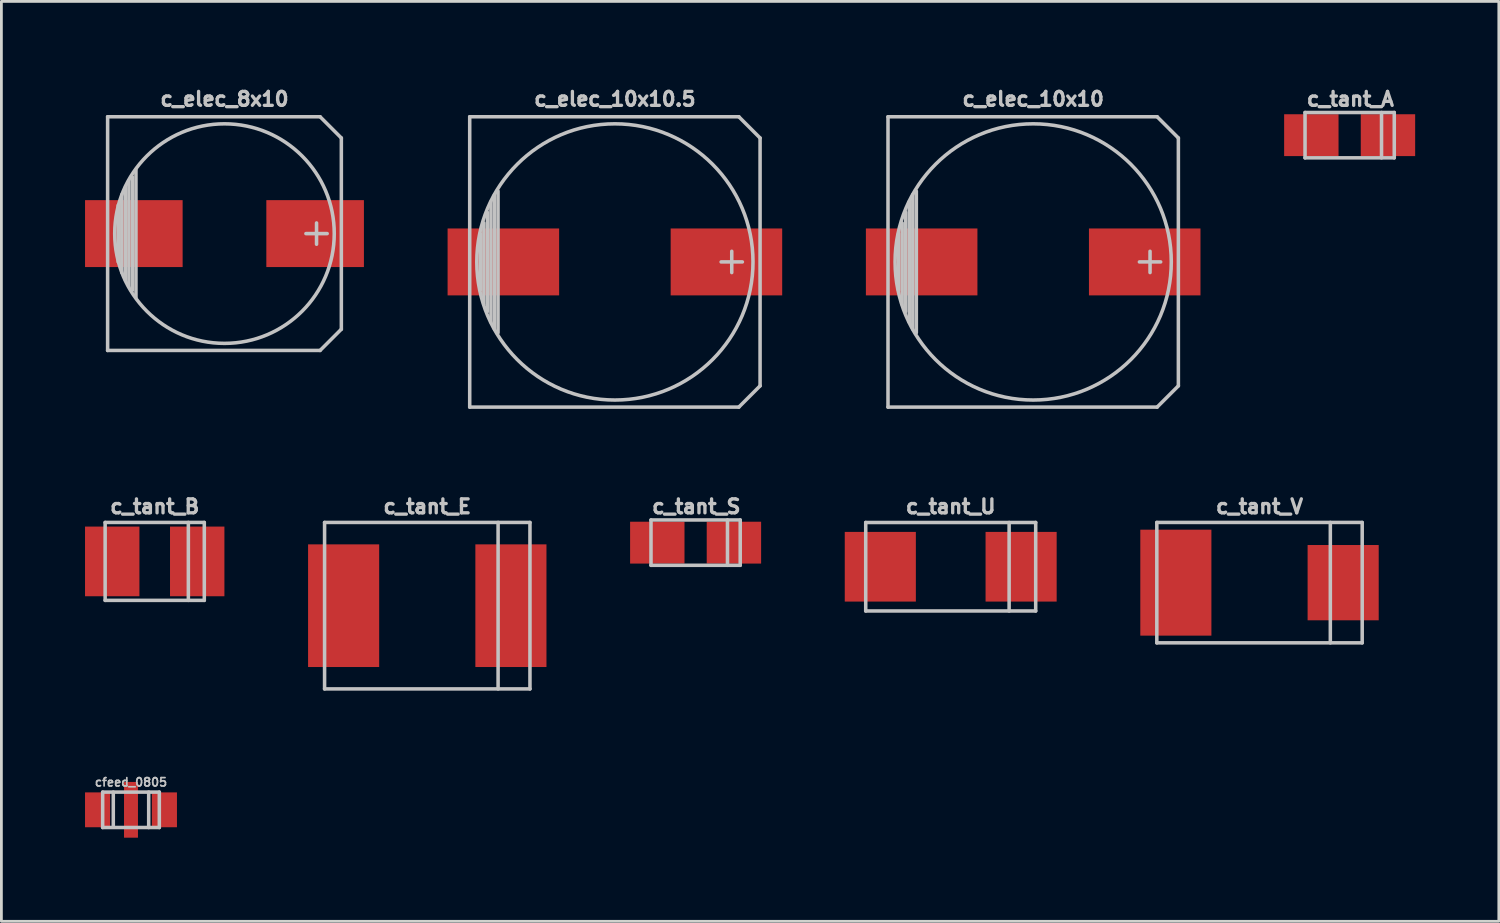
<source format=kicad_pcb>
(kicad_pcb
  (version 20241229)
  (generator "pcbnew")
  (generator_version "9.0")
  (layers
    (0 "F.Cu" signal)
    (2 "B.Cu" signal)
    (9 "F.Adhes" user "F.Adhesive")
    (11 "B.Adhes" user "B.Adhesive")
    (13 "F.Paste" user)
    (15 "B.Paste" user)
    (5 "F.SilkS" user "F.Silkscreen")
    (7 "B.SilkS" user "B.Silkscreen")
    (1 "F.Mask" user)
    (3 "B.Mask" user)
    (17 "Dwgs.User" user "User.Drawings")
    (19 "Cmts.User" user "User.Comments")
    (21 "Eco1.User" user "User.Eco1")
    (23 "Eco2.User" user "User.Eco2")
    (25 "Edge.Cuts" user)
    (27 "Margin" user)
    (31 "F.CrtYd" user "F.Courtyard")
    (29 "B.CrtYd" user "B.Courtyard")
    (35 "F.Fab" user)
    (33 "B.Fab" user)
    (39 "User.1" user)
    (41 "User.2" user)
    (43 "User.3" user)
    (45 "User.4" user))
  (footprint "cfeed_0805"
    (layer "F.Cu")
    (at 1.648 25.994)
    (property "Reference" "cfeed_0805" (at 0 -0.991 0) (layer "Dwgs.User") (effects (font (size 0.3 0.3) (thickness 0.061))))
    (attr through_hole)
    (fp_line (start -1.016 -0.635) (end 1.016 -0.635) (stroke (width 0.127) (type solid)) (layer "Dwgs.User"))
    (fp_line (start -1.016 0.635) (end -1.016 -0.635) (stroke (width 0.127) (type solid)) (layer "Dwgs.User"))
    (fp_line (start -0.635 -0.635) (end -0.635 0.61) (stroke (width 0.127) (type solid)) (layer "Dwgs.User"))
    (fp_line (start 0.635 -0.635) (end 0.635 0.635) (stroke (width 0.127) (type solid)) (layer "Dwgs.User"))
    (fp_line (start 1.016 -0.635) (end 1.016 0.635) (stroke (width 0.127) (type solid)) (layer "Dwgs.User"))
    (fp_line (start 1.016 0.635) (end -1.016 0.635) (stroke (width 0.127) (type solid)) (layer "Dwgs.User"))
    (pad "1" smd rect (at 1.199 0) (size 0.899 1.25) (layers "F.Cu" "F.Mask" "F.Paste"))
    (pad "2" smd rect (at -1.199 0) (size 0.899 1.25) (layers "F.Cu" "F.Mask" "F.Paste"))
    (pad "3" smd rect (at 0 0) (size 0.5 1.999) (layers "F.Cu" "F.Mask" "F.Paste")))
  (footprint "c_tant_U"
    (layer "F.Cu")
    (at 31.047 17.276)
    (property "Reference" "c_tant_U" (at 0 -2.159 0) (layer "Dwgs.User") (effects (font (size 0.5 0.5) (thickness 0.119))))
    (attr through_hole)
    (fp_line (start -3.048 -1.587) (end -3.048 1.587) (stroke (width 0.127) (type solid)) (layer "Dwgs.User"))
    (fp_line (start -3.048 1.587) (end 3.048 1.587) (stroke (width 0.127) (type solid)) (layer "Dwgs.User"))
    (fp_line (start 2.095 -1.587) (end 2.095 1.587) (stroke (width 0.127) (type solid)) (layer "Dwgs.User"))
    (fp_line (start 3.048 -1.587) (end -3.048 -1.587) (stroke (width 0.127) (type solid)) (layer "Dwgs.User"))
    (fp_line (start 3.048 1.587) (end 3.048 -1.587) (stroke (width 0.127) (type solid)) (layer "Dwgs.User"))
    (pad "1" smd rect (at -2.525 0) (size 2.55 2.499) (layers "F.Cu" "F.Mask" "F.Paste"))
    (pad "2" smd rect (at 2.525 0) (size 2.55 2.499) (layers "F.Cu" "F.Mask" "F.Paste")))
  (footprint "c_elec_8x10"
    (layer "F.Cu")
    (at 5.001 5.328)
    (property "Reference" "c_elec_8x10" (at 0 -4.826 0) (layer "Dwgs.User") (effects (font (size 0.5 0.5) (thickness 0.119))))
    (attr through_hole)
    (fp_line (start -4.191 -4.191) (end -4.191 4.191) (stroke (width 0.127) (type solid)) (layer "Dwgs.User"))
    (fp_line (start -4.191 4.191) (end 3.429 4.191) (stroke (width 0.127) (type solid)) (layer "Dwgs.User"))
    (fp_line (start -3.81 -1.016) (end -3.81 1.016) (stroke (width 0.127) (type solid)) (layer "Dwgs.User"))
    (fp_line (start -3.683 1.397) (end -3.683 -1.397) (stroke (width 0.127) (type solid)) (layer "Dwgs.User"))
    (fp_line (start -3.556 -1.651) (end -3.556 1.651) (stroke (width 0.127) (type solid)) (layer "Dwgs.User"))
    (fp_line (start -3.429 1.905) (end -3.429 -1.905) (stroke (width 0.127) (type solid)) (layer "Dwgs.User"))
    (fp_line (start -3.302 2.032) (end -3.302 -2.032) (stroke (width 0.127) (type solid)) (layer "Dwgs.User"))
    (fp_line (start -3.175 -2.286) (end -3.175 2.286) (stroke (width 0.127) (type solid)) (layer "Dwgs.User"))
    (fp_line (start 3.302 -0.381) (end 3.302 0.381) (stroke (width 0.127) (type solid)) (layer "Dwgs.User"))
    (fp_line (start 3.429 -4.191) (end -4.191 -4.191) (stroke (width 0.127) (type solid)) (layer "Dwgs.User"))
    (fp_line (start 3.429 4.191) (end 4.191 3.429) (stroke (width 0.127) (type solid)) (layer "Dwgs.User"))
    (fp_line (start 3.683 0) (end 2.921 0) (stroke (width 0.127) (type solid)) (layer "Dwgs.User"))
    (fp_line (start 4.191 -3.429) (end 3.429 -4.191) (stroke (width 0.127) (type solid)) (layer "Dwgs.User"))
    (fp_line (start 4.191 3.429) (end 4.191 -3.429) (stroke (width 0.127) (type solid)) (layer "Dwgs.User"))
    (fp_circle (center 0 0) (end 3.937 0) (stroke (width 0.127) (type solid)) (fill no) (layer "Dwgs.User"))
    (pad "1" smd rect (at 3.251 0) (size 3.5 2.4) (layers "F.Cu" "F.Mask" "F.Paste"))
    (pad "2" smd rect (at -3.251 0) (size 3.5 2.4) (layers "F.Cu" "F.Mask" "F.Paste")))
  (footprint "c_tant_V"
    (layer "F.Cu")
    (at 42.122 17.847)
    (property "Reference" "c_tant_V" (at 0 -2.731 0) (layer "Dwgs.User") (effects (font (size 0.5 0.5) (thickness 0.119))))
    (attr through_hole)
    (fp_line (start -3.683 -2.159) (end -3.683 2.159) (stroke (width 0.127) (type solid)) (layer "Dwgs.User"))
    (fp_line (start -3.683 2.159) (end 3.683 2.159) (stroke (width 0.127) (type solid)) (layer "Dwgs.User"))
    (fp_line (start 2.54 -2.159) (end 2.54 2.159) (stroke (width 0.127) (type solid)) (layer "Dwgs.User"))
    (fp_line (start 3.683 -2.159) (end -3.683 -2.159) (stroke (width 0.127) (type solid)) (layer "Dwgs.User"))
    (fp_line (start 3.683 2.159) (end 3.683 -2.159) (stroke (width 0.127) (type solid)) (layer "Dwgs.User"))
    (pad "1" smd rect (at -3 0) (size 2.55 3.8) (layers "F.Cu" "F.Mask" "F.Paste"))
    (pad "2" smd rect (at 3 0) (size 2.55 2.7) (layers "F.Cu" "F.Mask" "F.Paste")))
  (footprint "c_tant_B"
    (layer "F.Cu")
    (at 2.499 17.085)
    (property "Reference" "c_tant_B" (at 0 -1.968 0) (layer "Dwgs.User") (effects (font (size 0.5 0.5) (thickness 0.119))))
    (attr through_hole)
    (fp_line (start -1.778 -1.397) (end -1.778 1.397) (stroke (width 0.127) (type solid)) (layer "Dwgs.User"))
    (fp_line (start -1.778 1.397) (end 1.778 1.397) (stroke (width 0.127) (type solid)) (layer "Dwgs.User"))
    (fp_line (start 1.206 -1.397) (end 1.206 1.397) (stroke (width 0.127) (type solid)) (layer "Dwgs.User"))
    (fp_line (start 1.778 -1.397) (end -1.778 -1.397) (stroke (width 0.127) (type solid)) (layer "Dwgs.User"))
    (fp_line (start 1.778 1.397) (end 1.778 -1.397) (stroke (width 0.127) (type solid)) (layer "Dwgs.User"))
    (pad "1" smd rect (at -1.524 0) (size 1.951 2.499) (layers "F.Cu" "F.Mask" "F.Paste"))
    (pad "2" smd rect (at 1.524 0) (size 1.951 2.499) (layers "F.Cu" "F.Mask" "F.Paste")))
  (footprint "c_tant_A"
    (layer "F.Cu")
    (at 45.355 1.798)
    (property "Reference" "c_tant_A" (at 0.025 -1.295 0) (layer "Dwgs.User") (effects (font (size 0.5 0.5) (thickness 0.119))))
    (attr through_hole)
    (fp_line (start -1.6 -0.813) (end -1.6 0.813) (stroke (width 0.127) (type solid)) (layer "Dwgs.User"))
    (fp_line (start -1.6 0.813) (end 1.6 0.813) (stroke (width 0.127) (type solid)) (layer "Dwgs.User"))
    (fp_line (start 1.143 0.813) (end 1.143 -0.813) (stroke (width 0.127) (type solid)) (layer "Dwgs.User"))
    (fp_line (start 1.6 -0.813) (end -1.6 -0.813) (stroke (width 0.127) (type solid)) (layer "Dwgs.User"))
    (fp_line (start 1.6 0.813) (end 1.6 -0.813) (stroke (width 0.127) (type solid)) (layer "Dwgs.User"))
    (pad "1" smd rect (at -1.374 0) (size 1.951 1.501) (layers "F.Cu" "F.Mask" "F.Paste"))
    (pad "2" smd rect (at 1.374 0) (size 1.951 1.501) (layers "F.Cu" "F.Mask" "F.Paste")))
  (footprint "c_elec_10x10.5"
    (layer "F.Cu")
    (at 19.003 6.344)
    (property "Reference" "c_elec_10x10.5" (at 0 -5.842 0) (layer "Dwgs.User") (effects (font (size 0.5 0.5) (thickness 0.119))))
    (attr through_hole)
    (fp_line (start -5.207 -5.207) (end -5.207 5.207) (stroke (width 0.127) (type solid)) (layer "Dwgs.User"))
    (fp_line (start -5.207 5.207) (end 4.445 5.207) (stroke (width 0.127) (type solid)) (layer "Dwgs.User"))
    (fp_line (start -4.826 1.016) (end -4.826 -1.016) (stroke (width 0.127) (type solid)) (layer "Dwgs.User"))
    (fp_line (start -4.699 -1.397) (end -4.699 1.524) (stroke (width 0.127) (type solid)) (layer "Dwgs.User"))
    (fp_line (start -4.572 1.778) (end -4.572 -1.778) (stroke (width 0.127) (type solid)) (layer "Dwgs.User"))
    (fp_line (start -4.445 -2.159) (end -4.445 2.159) (stroke (width 0.127) (type solid)) (layer "Dwgs.User"))
    (fp_line (start -4.318 2.413) (end -4.318 -2.413) (stroke (width 0.127) (type solid)) (layer "Dwgs.User"))
    (fp_line (start -4.191 -2.54) (end -4.191 2.54) (stroke (width 0.127) (type solid)) (layer "Dwgs.User"))
    (fp_line (start 4.191 -0.381) (end 4.191 0.381) (stroke (width 0.127) (type solid)) (layer "Dwgs.User"))
    (fp_line (start 4.445 -5.207) (end -5.207 -5.207) (stroke (width 0.127) (type solid)) (layer "Dwgs.User"))
    (fp_line (start 4.445 5.207) (end 5.207 4.445) (stroke (width 0.127) (type solid)) (layer "Dwgs.User"))
    (fp_line (start 4.572 0) (end 3.81 0) (stroke (width 0.127) (type solid)) (layer "Dwgs.User"))
    (fp_line (start 5.207 -4.445) (end 4.445 -5.207) (stroke (width 0.127) (type solid)) (layer "Dwgs.User"))
    (fp_line (start 5.207 4.445) (end 5.207 -4.445) (stroke (width 0.127) (type solid)) (layer "Dwgs.User"))
    (fp_circle (center 0 0) (end 4.953 0) (stroke (width 0.127) (type solid)) (fill no) (layer "Dwgs.User"))
    (pad "1" smd rect (at 4 0) (size 4 2.4) (layers "F.Cu" "F.Mask" "F.Paste"))
    (pad "2" smd rect (at -4 0) (size 4 2.4) (layers "F.Cu" "F.Mask" "F.Paste")))
  (footprint "c_tant_E"
    (layer "F.Cu")
    (at 12.274 18.673)
    (property "Reference" "c_tant_E" (at 0 -3.556 0) (layer "Dwgs.User") (effects (font (size 0.5 0.5) (thickness 0.119))))
    (attr through_hole)
    (fp_line (start -3.683 -2.985) (end -3.683 2.985) (stroke (width 0.127) (type solid)) (layer "Dwgs.User"))
    (fp_line (start -3.683 2.985) (end 3.683 2.985) (stroke (width 0.127) (type solid)) (layer "Dwgs.User"))
    (fp_line (start 2.54 2.985) (end 2.54 -2.985) (stroke (width 0.127) (type solid)) (layer "Dwgs.User"))
    (fp_line (start 3.683 -2.985) (end -3.683 -2.985) (stroke (width 0.127) (type solid)) (layer "Dwgs.User"))
    (fp_line (start 3.683 -2.985) (end 3.683 2.985) (stroke (width 0.127) (type solid)) (layer "Dwgs.User"))
    (pad "1" smd rect (at -3 0) (size 2.55 4.399) (layers "F.Cu" "F.Mask" "F.Paste"))
    (pad "2" smd rect (at 3 0) (size 2.55 4.399) (layers "F.Cu" "F.Mask" "F.Paste")))
  (footprint "c_elec_10x10"
    (layer "F.Cu")
    (at 34.005 6.344)
    (property "Reference" "c_elec_10x10" (at 0 -5.842 0) (layer "Dwgs.User") (effects (font (size 0.5 0.5) (thickness 0.119))))
    (attr through_hole)
    (fp_line (start -5.207 -5.207) (end -5.207 5.207) (stroke (width 0.127) (type solid)) (layer "Dwgs.User"))
    (fp_line (start -5.207 5.207) (end 4.445 5.207) (stroke (width 0.127) (type solid)) (layer "Dwgs.User"))
    (fp_line (start -4.826 1.016) (end -4.826 -1.016) (stroke (width 0.127) (type solid)) (layer "Dwgs.User"))
    (fp_line (start -4.699 -1.397) (end -4.699 1.524) (stroke (width 0.127) (type solid)) (layer "Dwgs.User"))
    (fp_line (start -4.572 1.778) (end -4.572 -1.778) (stroke (width 0.127) (type solid)) (layer "Dwgs.User"))
    (fp_line (start -4.445 -2.159) (end -4.445 2.159) (stroke (width 0.127) (type solid)) (layer "Dwgs.User"))
    (fp_line (start -4.318 2.413) (end -4.318 -2.413) (stroke (width 0.127) (type solid)) (layer "Dwgs.User"))
    (fp_line (start -4.191 -2.54) (end -4.191 2.54) (stroke (width 0.127) (type solid)) (layer "Dwgs.User"))
    (fp_line (start 4.191 -0.381) (end 4.191 0.381) (stroke (width 0.127) (type solid)) (layer "Dwgs.User"))
    (fp_line (start 4.445 -5.207) (end -5.207 -5.207) (stroke (width 0.127) (type solid)) (layer "Dwgs.User"))
    (fp_line (start 4.445 5.207) (end 5.207 4.445) (stroke (width 0.127) (type solid)) (layer "Dwgs.User"))
    (fp_line (start 4.572 0) (end 3.81 0) (stroke (width 0.127) (type solid)) (layer "Dwgs.User"))
    (fp_line (start 5.207 -4.445) (end 4.445 -5.207) (stroke (width 0.127) (type solid)) (layer "Dwgs.User"))
    (fp_line (start 5.207 4.445) (end 5.207 -4.445) (stroke (width 0.127) (type solid)) (layer "Dwgs.User"))
    (fp_circle (center 0 0) (end 4.953 0) (stroke (width 0.127) (type solid)) (fill no) (layer "Dwgs.User"))
    (pad "1" smd rect (at 4 0) (size 4 2.4) (layers "F.Cu" "F.Mask" "F.Paste"))
    (pad "2" smd rect (at -4 0) (size 4 2.4) (layers "F.Cu" "F.Mask" "F.Paste")))
  (footprint "c_tant_S"
    (layer "F.Cu")
    (at 21.898 16.412)
    (property "Reference" "c_tant_S" (at 0.025 -1.295 0) (layer "Dwgs.User") (effects (font (size 0.5 0.5) (thickness 0.119))))
    (attr through_hole)
    (fp_line (start -1.6 -0.813) (end -1.6 0.813) (stroke (width 0.127) (type solid)) (layer "Dwgs.User"))
    (fp_line (start -1.6 0.813) (end 1.6 0.813) (stroke (width 0.127) (type solid)) (layer "Dwgs.User"))
    (fp_line (start 1.143 0.813) (end 1.143 -0.813) (stroke (width 0.127) (type solid)) (layer "Dwgs.User"))
    (fp_line (start 1.6 -0.813) (end -1.6 -0.813) (stroke (width 0.127) (type solid)) (layer "Dwgs.User"))
    (fp_line (start 1.6 0.813) (end 1.6 -0.813) (stroke (width 0.127) (type solid)) (layer "Dwgs.User"))
    (pad "1" smd rect (at -1.374 0) (size 1.951 1.501) (layers "F.Cu" "F.Mask" "F.Paste"))
    (pad "2" smd rect (at 1.374 0) (size 1.951 1.501) (layers "F.Cu" "F.Mask" "F.Paste")))
  (gr_rect
    (start -3 -3)
    (end 50.705 29.993)
    (stroke (width 0.1) (type default))
    (fill no)
    (layer "Edge.Cuts")))
</source>
